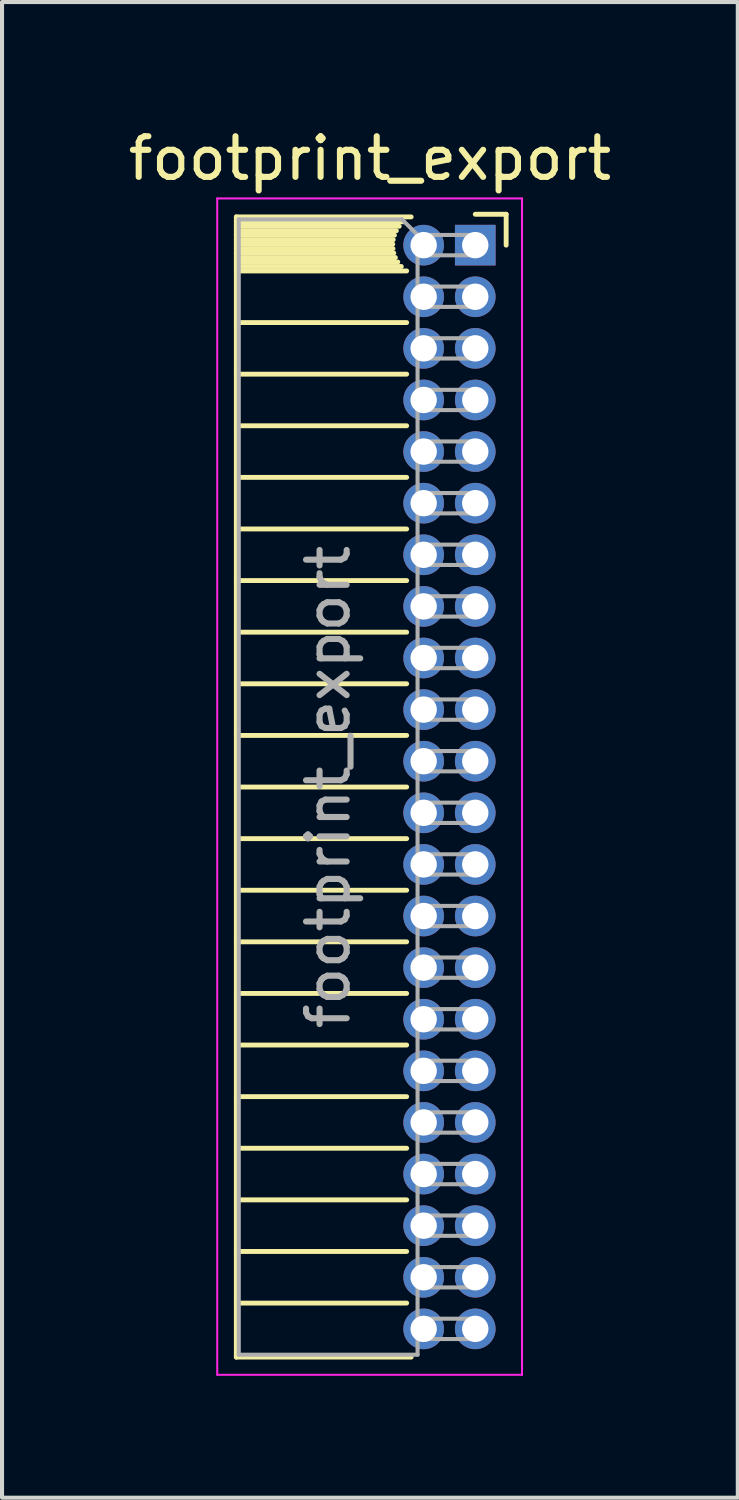
<source format=kicad_pcb>
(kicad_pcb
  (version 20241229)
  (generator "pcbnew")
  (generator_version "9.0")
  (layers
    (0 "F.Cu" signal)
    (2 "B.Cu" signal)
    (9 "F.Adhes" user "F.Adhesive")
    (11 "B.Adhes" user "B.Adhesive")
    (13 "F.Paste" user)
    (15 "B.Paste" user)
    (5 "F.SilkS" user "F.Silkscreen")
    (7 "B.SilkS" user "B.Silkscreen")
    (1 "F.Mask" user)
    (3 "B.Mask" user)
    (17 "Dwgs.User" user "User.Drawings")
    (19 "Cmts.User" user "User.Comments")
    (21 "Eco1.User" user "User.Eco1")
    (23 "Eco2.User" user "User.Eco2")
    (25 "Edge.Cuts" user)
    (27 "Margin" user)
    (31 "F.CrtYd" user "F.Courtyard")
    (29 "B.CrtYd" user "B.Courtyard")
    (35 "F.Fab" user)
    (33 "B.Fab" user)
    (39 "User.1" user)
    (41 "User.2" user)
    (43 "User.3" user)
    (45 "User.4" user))
  (footprint "footprint_export"
    (layer "F.Cu")
    (at 8.646 2.983)
    (property "Reference" "footprint_export" (at -2.592 -2.135 0) (layer "F.SilkS") (effects (font (size 1 1) (thickness 0.15))))
    (attr through_hole)
    (fp_line (start -5.88 -0.695) (end -5.88 27.365) (stroke (width 0.12) (type solid)) (layer "F.SilkS"))
    (fp_line (start -5.88 -0.695) (end -1.578 -0.695) (stroke (width 0.12) (type solid)) (layer "F.SilkS"))
    (fp_line (start -5.88 -0.575) (end -1.767 -0.575) (stroke (width 0.12) (type solid)) (layer "F.SilkS"))
    (fp_line (start -5.88 -0.465) (end -1.871 -0.465) (stroke (width 0.12) (type solid)) (layer "F.SilkS"))
    (fp_line (start -5.88 -0.355) (end -1.942 -0.355) (stroke (width 0.12) (type solid)) (layer "F.SilkS"))
    (fp_line (start -5.88 -0.245) (end -1.989 -0.245) (stroke (width 0.12) (type solid)) (layer "F.SilkS"))
    (fp_line (start -5.88 -0.135) (end -2.018 -0.135) (stroke (width 0.12) (type solid)) (layer "F.SilkS"))
    (fp_line (start -5.88 -0.025) (end -2.03 -0.025) (stroke (width 0.12) (type solid)) (layer "F.SilkS"))
    (fp_line (start -5.88 0.085) (end -2.025 0.085) (stroke (width 0.12) (type solid)) (layer "F.SilkS"))
    (fp_line (start -5.88 0.195) (end -2.005 0.195) (stroke (width 0.12) (type solid)) (layer "F.SilkS"))
    (fp_line (start -5.88 0.305) (end -1.966 0.305) (stroke (width 0.12) (type solid)) (layer "F.SilkS"))
    (fp_line (start -5.88 0.415) (end -1.907 0.415) (stroke (width 0.12) (type solid)) (layer "F.SilkS"))
    (fp_line (start -5.88 0.525) (end -1.82 0.525) (stroke (width 0.12) (type solid)) (layer "F.SilkS"))
    (fp_line (start -5.88 0.635) (end -1.688 0.635) (stroke (width 0.12) (type solid)) (layer "F.SilkS"))
    (fp_line (start -5.88 1.905) (end -1.688 1.905) (stroke (width 0.12) (type solid)) (layer "F.SilkS"))
    (fp_line (start -5.88 3.175) (end -1.688 3.175) (stroke (width 0.12) (type solid)) (layer "F.SilkS"))
    (fp_line (start -5.88 4.445) (end -1.688 4.445) (stroke (width 0.12) (type solid)) (layer "F.SilkS"))
    (fp_line (start -5.88 5.715) (end -1.688 5.715) (stroke (width 0.12) (type solid)) (layer "F.SilkS"))
    (fp_line (start -5.88 6.985) (end -1.688 6.985) (stroke (width 0.12) (type solid)) (layer "F.SilkS"))
    (fp_line (start -5.88 8.255) (end -1.688 8.255) (stroke (width 0.12) (type solid)) (layer "F.SilkS"))
    (fp_line (start -5.88 9.525) (end -1.688 9.525) (stroke (width 0.12) (type solid)) (layer "F.SilkS"))
    (fp_line (start -5.88 10.795) (end -1.688 10.795) (stroke (width 0.12) (type solid)) (layer "F.SilkS"))
    (fp_line (start -5.88 12.065) (end -1.688 12.065) (stroke (width 0.12) (type solid)) (layer "F.SilkS"))
    (fp_line (start -5.88 13.335) (end -1.688 13.335) (stroke (width 0.12) (type solid)) (layer "F.SilkS"))
    (fp_line (start -5.88 14.605) (end -1.688 14.605) (stroke (width 0.12) (type solid)) (layer "F.SilkS"))
    (fp_line (start -5.88 15.875) (end -1.688 15.875) (stroke (width 0.12) (type solid)) (layer "F.SilkS"))
    (fp_line (start -5.88 17.145) (end -1.688 17.145) (stroke (width 0.12) (type solid)) (layer "F.SilkS"))
    (fp_line (start -5.88 18.415) (end -1.688 18.415) (stroke (width 0.12) (type solid)) (layer "F.SilkS"))
    (fp_line (start -5.88 19.685) (end -1.688 19.685) (stroke (width 0.12) (type solid)) (layer "F.SilkS"))
    (fp_line (start -5.88 20.955) (end -1.688 20.955) (stroke (width 0.12) (type solid)) (layer "F.SilkS"))
    (fp_line (start -5.88 22.225) (end -1.688 22.225) (stroke (width 0.12) (type solid)) (layer "F.SilkS"))
    (fp_line (start -5.88 23.495) (end -1.688 23.495) (stroke (width 0.12) (type solid)) (layer "F.SilkS"))
    (fp_line (start -5.88 24.765) (end -1.688 24.765) (stroke (width 0.12) (type solid)) (layer "F.SilkS"))
    (fp_line (start -5.88 26.035) (end -1.688 26.035) (stroke (width 0.12) (type solid)) (layer "F.SilkS"))
    (fp_line (start -5.88 27.365) (end -1.578 27.365) (stroke (width 0.12) (type solid)) (layer "F.SilkS"))
    (fp_line (start 0 -0.76) (end 0.76 -0.76) (stroke (width 0.12) (type solid)) (layer "F.SilkS"))
    (fp_line (start 0.76 -0.76) (end 0.76 0) (stroke (width 0.12) (type solid)) (layer "F.SilkS"))
    (fp_line (start -6.35 -1.15) (end -6.35 27.8) (stroke (width 0.05) (type solid)) (layer "F.CrtYd"))
    (fp_line (start -6.35 27.8) (end 1.15 27.8) (stroke (width 0.05) (type solid)) (layer "F.CrtYd"))
    (fp_line (start 1.15 -1.15) (end -6.35 -1.15) (stroke (width 0.05) (type solid)) (layer "F.CrtYd"))
    (fp_line (start 1.15 27.8) (end 1.15 -1.15) (stroke (width 0.05) (type solid)) (layer "F.CrtYd"))
    (fp_line (start -5.82 -0.635) (end -1.805 -0.635) (stroke (width 0.1) (type solid)) (layer "F.Fab"))
    (fp_line (start -5.82 27.305) (end -5.82 -0.635) (stroke (width 0.1) (type solid)) (layer "F.Fab"))
    (fp_line (start -1.805 -0.635) (end -1.42 -0.25) (stroke (width 0.1) (type solid)) (layer "F.Fab"))
    (fp_line (start -1.42 -0.25) (end -1.42 27.305) (stroke (width 0.1) (type solid)) (layer "F.Fab"))
    (fp_line (start -1.42 0.25) (end 0 0.25) (stroke (width 0.1) (type solid)) (layer "F.Fab"))
    (fp_line (start -1.42 1.52) (end 0 1.52) (stroke (width 0.1) (type solid)) (layer "F.Fab"))
    (fp_line (start -1.42 2.79) (end 0 2.79) (stroke (width 0.1) (type solid)) (layer "F.Fab"))
    (fp_line (start -1.42 4.06) (end 0 4.06) (stroke (width 0.1) (type solid)) (layer "F.Fab"))
    (fp_line (start -1.42 5.33) (end 0 5.33) (stroke (width 0.1) (type solid)) (layer "F.Fab"))
    (fp_line (start -1.42 6.6) (end 0 6.6) (stroke (width 0.1) (type solid)) (layer "F.Fab"))
    (fp_line (start -1.42 7.87) (end 0 7.87) (stroke (width 0.1) (type solid)) (layer "F.Fab"))
    (fp_line (start -1.42 9.14) (end 0 9.14) (stroke (width 0.1) (type solid)) (layer "F.Fab"))
    (fp_line (start -1.42 10.41) (end 0 10.41) (stroke (width 0.1) (type solid)) (layer "F.Fab"))
    (fp_line (start -1.42 11.68) (end 0 11.68) (stroke (width 0.1) (type solid)) (layer "F.Fab"))
    (fp_line (start -1.42 12.95) (end 0 12.95) (stroke (width 0.1) (type solid)) (layer "F.Fab"))
    (fp_line (start -1.42 14.22) (end 0 14.22) (stroke (width 0.1) (type solid)) (layer "F.Fab"))
    (fp_line (start -1.42 15.49) (end 0 15.49) (stroke (width 0.1) (type solid)) (layer "F.Fab"))
    (fp_line (start -1.42 16.76) (end 0 16.76) (stroke (width 0.1) (type solid)) (layer "F.Fab"))
    (fp_line (start -1.42 18.03) (end 0 18.03) (stroke (width 0.1) (type solid)) (layer "F.Fab"))
    (fp_line (start -1.42 19.3) (end 0 19.3) (stroke (width 0.1) (type solid)) (layer "F.Fab"))
    (fp_line (start -1.42 20.57) (end 0 20.57) (stroke (width 0.1) (type solid)) (layer "F.Fab"))
    (fp_line (start -1.42 21.84) (end 0 21.84) (stroke (width 0.1) (type solid)) (layer "F.Fab"))
    (fp_line (start -1.42 23.11) (end 0 23.11) (stroke (width 0.1) (type solid)) (layer "F.Fab"))
    (fp_line (start -1.42 24.38) (end 0 24.38) (stroke (width 0.1) (type solid)) (layer "F.Fab"))
    (fp_line (start -1.42 25.65) (end 0 25.65) (stroke (width 0.1) (type solid)) (layer "F.Fab"))
    (fp_line (start -1.42 26.92) (end 0 26.92) (stroke (width 0.1) (type solid)) (layer "F.Fab"))
    (fp_line (start -1.42 27.305) (end -5.82 27.305) (stroke (width 0.1) (type solid)) (layer "F.Fab"))
    (fp_line (start 0 -0.25) (end -1.42 -0.25) (stroke (width 0.1) (type solid)) (layer "F.Fab"))
    (fp_line (start 0 0.25) (end 0 -0.25) (stroke (width 0.1) (type solid)) (layer "F.Fab"))
    (fp_line (start 0 1.02) (end -1.42 1.02) (stroke (width 0.1) (type solid)) (layer "F.Fab"))
    (fp_line (start 0 1.52) (end 0 1.02) (stroke (width 0.1) (type solid)) (layer "F.Fab"))
    (fp_line (start 0 2.29) (end -1.42 2.29) (stroke (width 0.1) (type solid)) (layer "F.Fab"))
    (fp_line (start 0 2.79) (end 0 2.29) (stroke (width 0.1) (type solid)) (layer "F.Fab"))
    (fp_line (start 0 3.56) (end -1.42 3.56) (stroke (width 0.1) (type solid)) (layer "F.Fab"))
    (fp_line (start 0 4.06) (end 0 3.56) (stroke (width 0.1) (type solid)) (layer "F.Fab"))
    (fp_line (start 0 4.83) (end -1.42 4.83) (stroke (width 0.1) (type solid)) (layer "F.Fab"))
    (fp_line (start 0 5.33) (end 0 4.83) (stroke (width 0.1) (type solid)) (layer "F.Fab"))
    (fp_line (start 0 6.1) (end -1.42 6.1) (stroke (width 0.1) (type solid)) (layer "F.Fab"))
    (fp_line (start 0 6.6) (end 0 6.1) (stroke (width 0.1) (type solid)) (layer "F.Fab"))
    (fp_line (start 0 7.37) (end -1.42 7.37) (stroke (width 0.1) (type solid)) (layer "F.Fab"))
    (fp_line (start 0 7.87) (end 0 7.37) (stroke (width 0.1) (type solid)) (layer "F.Fab"))
    (fp_line (start 0 8.64) (end -1.42 8.64) (stroke (width 0.1) (type solid)) (layer "F.Fab"))
    (fp_line (start 0 9.14) (end 0 8.64) (stroke (width 0.1) (type solid)) (layer "F.Fab"))
    (fp_line (start 0 9.91) (end -1.42 9.91) (stroke (width 0.1) (type solid)) (layer "F.Fab"))
    (fp_line (start 0 10.41) (end 0 9.91) (stroke (width 0.1) (type solid)) (layer "F.Fab"))
    (fp_line (start 0 11.18) (end -1.42 11.18) (stroke (width 0.1) (type solid)) (layer "F.Fab"))
    (fp_line (start 0 11.68) (end 0 11.18) (stroke (width 0.1) (type solid)) (layer "F.Fab"))
    (fp_line (start 0 12.45) (end -1.42 12.45) (stroke (width 0.1) (type solid)) (layer "F.Fab"))
    (fp_line (start 0 12.95) (end 0 12.45) (stroke (width 0.1) (type solid)) (layer "F.Fab"))
    (fp_line (start 0 13.72) (end -1.42 13.72) (stroke (width 0.1) (type solid)) (layer "F.Fab"))
    (fp_line (start 0 14.22) (end 0 13.72) (stroke (width 0.1) (type solid)) (layer "F.Fab"))
    (fp_line (start 0 14.99) (end -1.42 14.99) (stroke (width 0.1) (type solid)) (layer "F.Fab"))
    (fp_line (start 0 15.49) (end 0 14.99) (stroke (width 0.1) (type solid)) (layer "F.Fab"))
    (fp_line (start 0 16.26) (end -1.42 16.26) (stroke (width 0.1) (type solid)) (layer "F.Fab"))
    (fp_line (start 0 16.76) (end 0 16.26) (stroke (width 0.1) (type solid)) (layer "F.Fab"))
    (fp_line (start 0 17.53) (end -1.42 17.53) (stroke (width 0.1) (type solid)) (layer "F.Fab"))
    (fp_line (start 0 18.03) (end 0 17.53) (stroke (width 0.1) (type solid)) (layer "F.Fab"))
    (fp_line (start 0 18.8) (end -1.42 18.8) (stroke (width 0.1) (type solid)) (layer "F.Fab"))
    (fp_line (start 0 19.3) (end 0 18.8) (stroke (width 0.1) (type solid)) (layer "F.Fab"))
    (fp_line (start 0 20.07) (end -1.42 20.07) (stroke (width 0.1) (type solid)) (layer "F.Fab"))
    (fp_line (start 0 20.57) (end 0 20.07) (stroke (width 0.1) (type solid)) (layer "F.Fab"))
    (fp_line (start 0 21.34) (end -1.42 21.34) (stroke (width 0.1) (type solid)) (layer "F.Fab"))
    (fp_line (start 0 21.84) (end 0 21.34) (stroke (width 0.1) (type solid)) (layer "F.Fab"))
    (fp_line (start 0 22.61) (end -1.42 22.61) (stroke (width 0.1) (type solid)) (layer "F.Fab"))
    (fp_line (start 0 23.11) (end 0 22.61) (stroke (width 0.1) (type solid)) (layer "F.Fab"))
    (fp_line (start 0 23.88) (end -1.42 23.88) (stroke (width 0.1) (type solid)) (layer "F.Fab"))
    (fp_line (start 0 24.38) (end 0 23.88) (stroke (width 0.1) (type solid)) (layer "F.Fab"))
    (fp_line (start 0 25.15) (end -1.42 25.15) (stroke (width 0.1) (type solid)) (layer "F.Fab"))
    (fp_line (start 0 25.65) (end 0 25.15) (stroke (width 0.1) (type solid)) (layer "F.Fab"))
    (fp_line (start 0 26.42) (end -1.42 26.42) (stroke (width 0.1) (type solid)) (layer "F.Fab"))
    (fp_line (start 0 26.92) (end 0 26.42) (stroke (width 0.1) (type solid)) (layer "F.Fab"))
    (fp_text user "${REFERENCE}" (at -3.62 13.335 90) (layer "F.Fab") (effects (font (size 1 1) (thickness 0.15))))
    (pad "1" thru_hole rect (at 0 0) (size 1 1) (drill 0.65) (layers "*.Cu" "*.Mask"))
    (pad "2" thru_hole oval (at -1.27 0) (size 1 1) (drill 0.65) (layers "*.Cu" "*.Mask"))
    (pad "3" thru_hole oval (at 0 1.27) (size 1 1) (drill 0.65) (layers "*.Cu" "*.Mask"))
    (pad "4" thru_hole oval (at -1.27 1.27) (size 1 1) (drill 0.65) (layers "*.Cu" "*.Mask"))
    (pad "5" thru_hole oval (at 0 2.54) (size 1 1) (drill 0.65) (layers "*.Cu" "*.Mask"))
    (pad "6" thru_hole oval (at -1.27 2.54) (size 1 1) (drill 0.65) (layers "*.Cu" "*.Mask"))
    (pad "7" thru_hole oval (at 0 3.81) (size 1 1) (drill 0.65) (layers "*.Cu" "*.Mask"))
    (pad "8" thru_hole oval (at -1.27 3.81) (size 1 1) (drill 0.65) (layers "*.Cu" "*.Mask"))
    (pad "9" thru_hole oval (at 0 5.08) (size 1 1) (drill 0.65) (layers "*.Cu" "*.Mask"))
    (pad "10" thru_hole oval (at -1.27 5.08) (size 1 1) (drill 0.65) (layers "*.Cu" "*.Mask"))
    (pad "11" thru_hole oval (at 0 6.35) (size 1 1) (drill 0.65) (layers "*.Cu" "*.Mask"))
    (pad "12" thru_hole oval (at -1.27 6.35) (size 1 1) (drill 0.65) (layers "*.Cu" "*.Mask"))
    (pad "13" thru_hole oval (at 0 7.62) (size 1 1) (drill 0.65) (layers "*.Cu" "*.Mask"))
    (pad "14" thru_hole oval (at -1.27 7.62) (size 1 1) (drill 0.65) (layers "*.Cu" "*.Mask"))
    (pad "15" thru_hole oval (at 0 8.89) (size 1 1) (drill 0.65) (layers "*.Cu" "*.Mask"))
    (pad "16" thru_hole oval (at -1.27 8.89) (size 1 1) (drill 0.65) (layers "*.Cu" "*.Mask"))
    (pad "17" thru_hole oval (at 0 10.16) (size 1 1) (drill 0.65) (layers "*.Cu" "*.Mask"))
    (pad "18" thru_hole oval (at -1.27 10.16) (size 1 1) (drill 0.65) (layers "*.Cu" "*.Mask"))
    (pad "19" thru_hole oval (at 0 11.43) (size 1 1) (drill 0.65) (layers "*.Cu" "*.Mask"))
    (pad "20" thru_hole oval (at -1.27 11.43) (size 1 1) (drill 0.65) (layers "*.Cu" "*.Mask"))
    (pad "21" thru_hole oval (at 0 12.7) (size 1 1) (drill 0.65) (layers "*.Cu" "*.Mask"))
    (pad "22" thru_hole oval (at -1.27 12.7) (size 1 1) (drill 0.65) (layers "*.Cu" "*.Mask"))
    (pad "23" thru_hole oval (at 0 13.97) (size 1 1) (drill 0.65) (layers "*.Cu" "*.Mask"))
    (pad "24" thru_hole oval (at -1.27 13.97) (size 1 1) (drill 0.65) (layers "*.Cu" "*.Mask"))
    (pad "25" thru_hole oval (at 0 15.24) (size 1 1) (drill 0.65) (layers "*.Cu" "*.Mask"))
    (pad "26" thru_hole oval (at -1.27 15.24) (size 1 1) (drill 0.65) (layers "*.Cu" "*.Mask"))
    (pad "27" thru_hole oval (at 0 16.51) (size 1 1) (drill 0.65) (layers "*.Cu" "*.Mask"))
    (pad "28" thru_hole oval (at -1.27 16.51) (size 1 1) (drill 0.65) (layers "*.Cu" "*.Mask"))
    (pad "29" thru_hole oval (at 0 17.78) (size 1 1) (drill 0.65) (layers "*.Cu" "*.Mask"))
    (pad "30" thru_hole oval (at -1.27 17.78) (size 1 1) (drill 0.65) (layers "*.Cu" "*.Mask"))
    (pad "31" thru_hole oval (at 0 19.05) (size 1 1) (drill 0.65) (layers "*.Cu" "*.Mask"))
    (pad "32" thru_hole oval (at -1.27 19.05) (size 1 1) (drill 0.65) (layers "*.Cu" "*.Mask"))
    (pad "33" thru_hole oval (at 0 20.32) (size 1 1) (drill 0.65) (layers "*.Cu" "*.Mask"))
    (pad "34" thru_hole oval (at -1.27 20.32) (size 1 1) (drill 0.65) (layers "*.Cu" "*.Mask"))
    (pad "35" thru_hole oval (at 0 21.59) (size 1 1) (drill 0.65) (layers "*.Cu" "*.Mask"))
    (pad "36" thru_hole oval (at -1.27 21.59) (size 1 1) (drill 0.65) (layers "*.Cu" "*.Mask"))
    (pad "37" thru_hole oval (at 0 22.86) (size 1 1) (drill 0.65) (layers "*.Cu" "*.Mask"))
    (pad "38" thru_hole oval (at -1.27 22.86) (size 1 1) (drill 0.65) (layers "*.Cu" "*.Mask"))
    (pad "39" thru_hole oval (at 0 24.13) (size 1 1) (drill 0.65) (layers "*.Cu" "*.Mask"))
    (pad "40" thru_hole oval (at -1.27 24.13) (size 1 1) (drill 0.65) (layers "*.Cu" "*.Mask"))
    (pad "41" thru_hole oval (at 0 25.4) (size 1 1) (drill 0.65) (layers "*.Cu" "*.Mask"))
    (pad "42" thru_hole oval (at -1.27 25.4) (size 1 1) (drill 0.65) (layers "*.Cu" "*.Mask"))
    (pad "43" thru_hole oval (at 0 26.67) (size 1 1) (drill 0.65) (layers "*.Cu" "*.Mask"))
    (pad "44" thru_hole oval (at -1.27 26.67) (size 1 1) (drill 0.65) (layers "*.Cu" "*.Mask")))
  (gr_rect
    (start -3 -3)
    (end 15.107 33.808)
    (stroke (width 0.1) (type default))
    (fill no)
    (layer "Edge.Cuts")))
</source>
